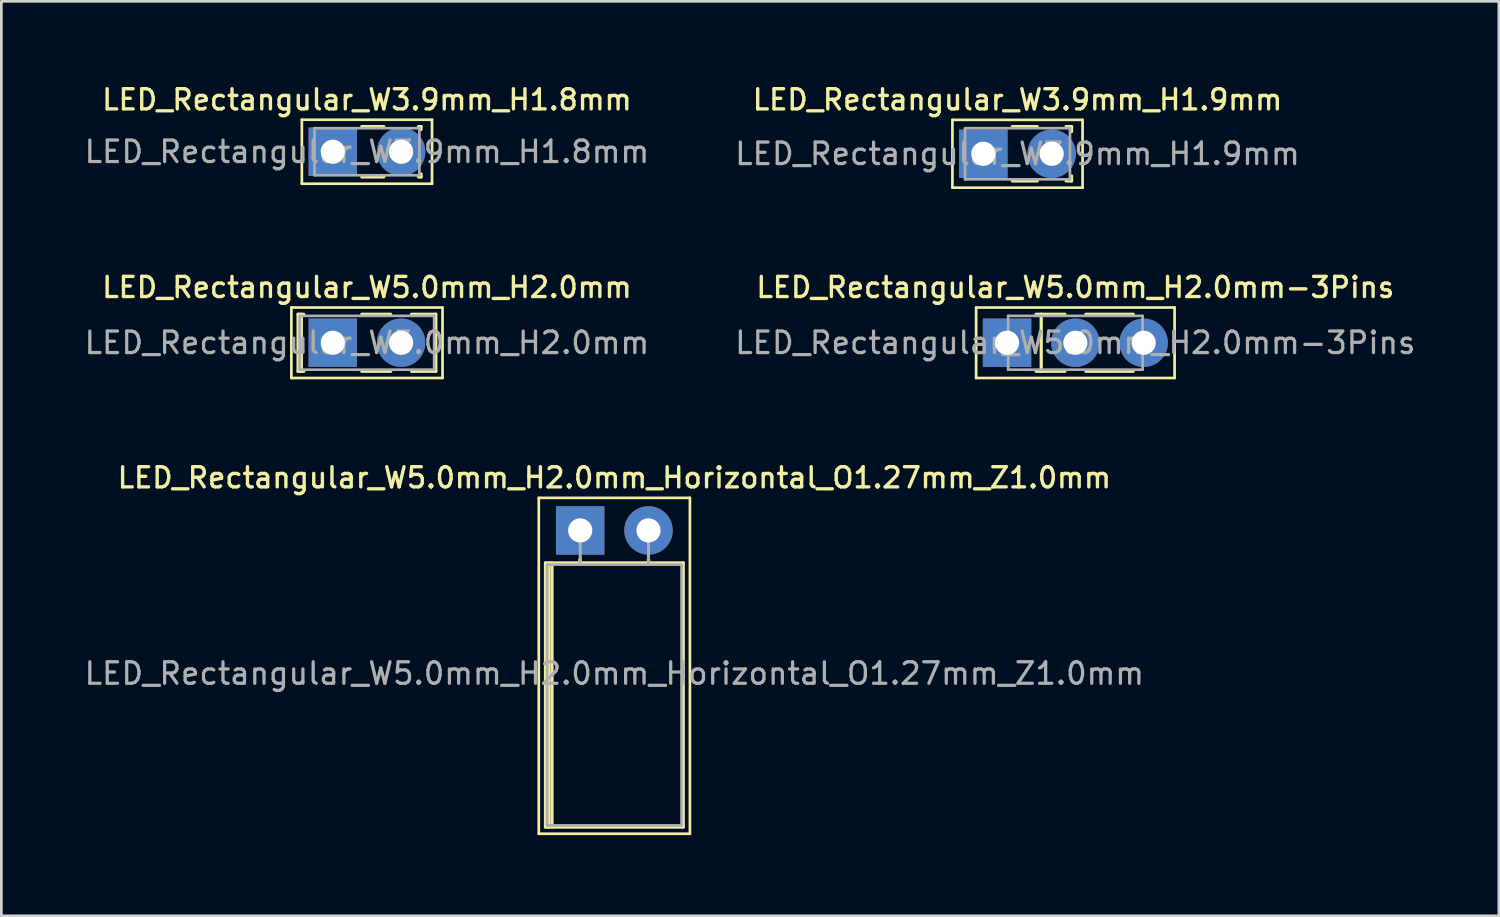
<source format=kicad_pcb>
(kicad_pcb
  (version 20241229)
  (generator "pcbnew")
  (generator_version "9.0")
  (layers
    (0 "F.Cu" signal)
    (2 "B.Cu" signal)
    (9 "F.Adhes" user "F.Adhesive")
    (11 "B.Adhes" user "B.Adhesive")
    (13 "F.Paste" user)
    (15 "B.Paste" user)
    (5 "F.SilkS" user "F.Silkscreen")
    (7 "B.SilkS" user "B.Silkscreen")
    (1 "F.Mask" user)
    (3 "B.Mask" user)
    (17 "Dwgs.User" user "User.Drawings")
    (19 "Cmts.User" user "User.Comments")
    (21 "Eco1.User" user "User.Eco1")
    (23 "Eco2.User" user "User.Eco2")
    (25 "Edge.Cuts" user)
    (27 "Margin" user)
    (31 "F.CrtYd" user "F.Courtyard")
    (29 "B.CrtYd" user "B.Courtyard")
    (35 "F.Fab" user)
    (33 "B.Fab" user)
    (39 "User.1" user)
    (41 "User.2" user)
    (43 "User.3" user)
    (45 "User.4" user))
  (footprint "LED_Rectangular_W3.9mm_H1.9mm"
    (layer "F.Cu")
    (at 33.516 2.668)
    (property "Reference" "LED_Rectangular_W3.9mm_H1.9mm" (at 1.27 -2.01 0) (layer "F.SilkS") (effects (font (size 0.75 0.75) (thickness 0.125))))
    (attr through_hole)
    (fp_line (start -1.15 -1.26) (end -1.15 1.26) (stroke (width 0.1) (type solid)) (layer "F.SilkS"))
    (fp_line (start -1.15 1.26) (end 3.69 1.26) (stroke (width 0.1) (type solid)) (layer "F.SilkS"))
    (fp_line (start 1.08 -1.01) (end 2.003 -1.01) (stroke (width 0.12) (type solid)) (layer "F.SilkS"))
    (fp_line (start 1.08 1.01) (end 2.003 1.01) (stroke (width 0.12) (type solid)) (layer "F.SilkS"))
    (fp_line (start 3.078 -1.01) (end 3.28 -1.01) (stroke (width 0.12) (type solid)) (layer "F.SilkS"))
    (fp_line (start 3.078 1.01) (end 3.28 1.01) (stroke (width 0.12) (type solid)) (layer "F.SilkS"))
    (fp_line (start 3.28 -1.01) (end 3.28 -0.825) (stroke (width 0.12) (type solid)) (layer "F.SilkS"))
    (fp_line (start 3.28 0.825) (end 3.28 1.01) (stroke (width 0.12) (type solid)) (layer "F.SilkS"))
    (fp_line (start 3.69 -1.26) (end -1.15 -1.26) (stroke (width 0.1) (type solid)) (layer "F.SilkS"))
    (fp_line (start 3.69 1.26) (end 3.69 -1.26) (stroke (width 0.1) (type solid)) (layer "F.SilkS"))
    (fp_line (start -0.68 -0.95) (end -0.68 0.95) (stroke (width 0.1) (type solid)) (layer "F.Fab"))
    (fp_line (start -0.68 0.95) (end 3.22 0.95) (stroke (width 0.1) (type solid)) (layer "F.Fab"))
    (fp_line (start 3.22 -0.95) (end -0.68 -0.95) (stroke (width 0.1) (type solid)) (layer "F.Fab"))
    (fp_line (start 3.22 0.95) (end 3.22 -0.95) (stroke (width 0.1) (type solid)) (layer "F.Fab"))
    (fp_text user "${REFERENCE}" (at 1.27 0 0) (layer "F.Fab") (effects (font (size 0.8 0.8) (thickness 0.12))))
    (pad "1" thru_hole rect (at 0 0) (size 1.8 1.8) (drill 0.9) (layers "*.Cu" "*.Mask"))
    (pad "2" thru_hole circle (at 2.54 0) (size 1.8 1.8) (drill 0.9) (layers "*.Cu" "*.Mask")))
  (footprint "LED_Rectangular_W3.9mm_H1.8mm"
    (layer "F.Cu")
    (at 9.325 2.593)
    (property "Reference" "LED_Rectangular_W3.9mm_H1.8mm" (at 1.27 -1.935 0) (layer "F.SilkS") (effects (font (size 0.75 0.75) (thickness 0.125))))
    (attr through_hole)
    (fp_line (start -1.15 -1.19) (end -1.15 1.19) (stroke (width 0.1) (type solid)) (layer "F.SilkS"))
    (fp_line (start -1.15 1.19) (end 3.69 1.19) (stroke (width 0.1) (type solid)) (layer "F.SilkS"))
    (fp_line (start 1.08 -0.935) (end 1.896 -0.935) (stroke (width 0.12) (type solid)) (layer "F.SilkS"))
    (fp_line (start 1.08 0.935) (end 1.896 0.935) (stroke (width 0.12) (type solid)) (layer "F.SilkS"))
    (fp_line (start 3.185 -0.935) (end 3.28 -0.935) (stroke (width 0.12) (type solid)) (layer "F.SilkS"))
    (fp_line (start 3.185 0.935) (end 3.28 0.935) (stroke (width 0.12) (type solid)) (layer "F.SilkS"))
    (fp_line (start 3.28 -0.935) (end 3.28 -0.825) (stroke (width 0.12) (type solid)) (layer "F.SilkS"))
    (fp_line (start 3.28 0.825) (end 3.28 0.935) (stroke (width 0.12) (type solid)) (layer "F.SilkS"))
    (fp_line (start 3.69 -1.19) (end -1.15 -1.19) (stroke (width 0.1) (type solid)) (layer "F.SilkS"))
    (fp_line (start 3.69 1.19) (end 3.69 -1.19) (stroke (width 0.1) (type solid)) (layer "F.SilkS"))
    (fp_line (start -0.68 -0.875) (end -0.68 0.875) (stroke (width 0.1) (type solid)) (layer "F.Fab"))
    (fp_line (start -0.68 0.875) (end 3.22 0.875) (stroke (width 0.1) (type solid)) (layer "F.Fab"))
    (fp_line (start 3.22 -0.875) (end -0.68 -0.875) (stroke (width 0.1) (type solid)) (layer "F.Fab"))
    (fp_line (start 3.22 0.875) (end 3.22 -0.875) (stroke (width 0.1) (type solid)) (layer "F.Fab"))
    (fp_text user "${REFERENCE}" (at 1.27 0 0) (layer "F.Fab") (effects (font (size 0.8 0.8) (thickness 0.12))))
    (pad "1" thru_hole rect (at 0 0) (size 1.8 1.8) (drill 0.9) (layers "*.Cu" "*.Mask"))
    (pad "2" thru_hole circle (at 2.54 0) (size 1.8 1.8) (drill 0.9) (layers "*.Cu" "*.Mask")))
  (footprint "LED_Rectangular_W5.0mm_H2.0mm"
    (layer "F.Cu")
    (at 9.325 9.696)
    (property "Reference" "LED_Rectangular_W5.0mm_H2.0mm" (at 1.27 -2.06 0) (layer "F.SilkS") (effects (font (size 0.75 0.75) (thickness 0.125))))
    (attr through_hole)
    (fp_line (start -1.54 -1.31) (end -1.54 1.31) (stroke (width 0.1) (type solid)) (layer "F.SilkS"))
    (fp_line (start -1.54 1.31) (end 4.08 1.31) (stroke (width 0.1) (type solid)) (layer "F.SilkS"))
    (fp_line (start -1.29 -1.06) (end -1.29 1.06) (stroke (width 0.12) (type solid)) (layer "F.SilkS"))
    (fp_line (start -1.29 -1.06) (end -1.08 -1.06) (stroke (width 0.12) (type solid)) (layer "F.SilkS"))
    (fp_line (start -1.29 1.06) (end -1.08 1.06) (stroke (width 0.12) (type solid)) (layer "F.SilkS"))
    (fp_line (start -1.17 -1.06) (end -1.17 1.06) (stroke (width 0.12) (type solid)) (layer "F.SilkS"))
    (fp_line (start 1.08 -1.06) (end 2.15 -1.06) (stroke (width 0.12) (type solid)) (layer "F.SilkS"))
    (fp_line (start 1.08 1.06) (end 2.15 1.06) (stroke (width 0.12) (type solid)) (layer "F.SilkS"))
    (fp_line (start 2.931 -1.06) (end 3.83 -1.06) (stroke (width 0.12) (type solid)) (layer "F.SilkS"))
    (fp_line (start 2.931 1.06) (end 3.83 1.06) (stroke (width 0.12) (type solid)) (layer "F.SilkS"))
    (fp_line (start 3.83 -1.06) (end 3.83 1.06) (stroke (width 0.12) (type solid)) (layer "F.SilkS"))
    (fp_line (start 4.08 -1.31) (end -1.54 -1.31) (stroke (width 0.1) (type solid)) (layer "F.SilkS"))
    (fp_line (start 4.08 1.31) (end 4.08 -1.31) (stroke (width 0.1) (type solid)) (layer "F.SilkS"))
    (fp_line (start -1.23 -1) (end -1.23 1) (stroke (width 0.1) (type solid)) (layer "F.Fab"))
    (fp_line (start -1.23 1) (end 3.77 1) (stroke (width 0.1) (type solid)) (layer "F.Fab"))
    (fp_line (start 3.77 -1) (end -1.23 -1) (stroke (width 0.1) (type solid)) (layer "F.Fab"))
    (fp_line (start 3.77 1) (end 3.77 -1) (stroke (width 0.1) (type solid)) (layer "F.Fab"))
    (fp_text user "${REFERENCE}" (at 1.27 0 0) (layer "F.Fab") (effects (font (size 0.8 0.8) (thickness 0.12))))
    (pad "1" thru_hole rect (at 0 0) (size 1.8 1.8) (drill 0.9) (layers "*.Cu" "*.Mask"))
    (pad "2" thru_hole circle (at 2.54 0) (size 1.8 1.8) (drill 0.9) (layers "*.Cu" "*.Mask")))
  (footprint "LED_Rectangular_W5.0mm_H2.0mm-3Pins"
    (layer "F.Cu")
    (at 34.398 9.696)
    (property "Reference" "LED_Rectangular_W5.0mm_H2.0mm-3Pins" (at 2.54 -2.06 0) (layer "F.SilkS") (effects (font (size 0.75 0.75) (thickness 0.125))))
    (attr through_hole)
    (fp_line (start -1.15 -1.31) (end -1.15 1.31) (stroke (width 0.1) (type solid)) (layer "F.SilkS"))
    (fp_line (start -1.15 1.31) (end 6.23 1.31) (stroke (width 0.1) (type solid)) (layer "F.SilkS"))
    (fp_line (start 1.08 -1.06) (end 2.149 -1.06) (stroke (width 0.12) (type solid)) (layer "F.SilkS"))
    (fp_line (start 1.08 1.06) (end 2.149 1.06) (stroke (width 0.12) (type solid)) (layer "F.SilkS"))
    (fp_line (start 1.27 -1.06) (end 1.27 1.06) (stroke (width 0.12) (type solid)) (layer "F.SilkS"))
    (fp_line (start 2.931 -1.06) (end 4.69 -1.06) (stroke (width 0.12) (type solid)) (layer "F.SilkS"))
    (fp_line (start 2.931 1.06) (end 4.69 1.06) (stroke (width 0.12) (type solid)) (layer "F.SilkS"))
    (fp_line (start 6.23 -1.31) (end -1.15 -1.31) (stroke (width 0.1) (type solid)) (layer "F.SilkS"))
    (fp_line (start 6.23 1.31) (end 6.23 -1.31) (stroke (width 0.1) (type solid)) (layer "F.SilkS"))
    (fp_line (start 0.04 -1) (end 0.04 1) (stroke (width 0.1) (type solid)) (layer "F.Fab"))
    (fp_line (start 0.04 1) (end 5.04 1) (stroke (width 0.1) (type solid)) (layer "F.Fab"))
    (fp_line (start 5.04 -1) (end 0.04 -1) (stroke (width 0.1) (type solid)) (layer "F.Fab"))
    (fp_line (start 5.04 1) (end 5.04 -1) (stroke (width 0.1) (type solid)) (layer "F.Fab"))
    (fp_text user "${REFERENCE}" (at 2.54 0 0) (layer "F.Fab") (effects (font (size 0.8 0.8) (thickness 0.12))))
    (pad "1" thru_hole rect (at 0 0) (size 1.8 1.8) (drill 0.9) (layers "*.Cu" "*.Mask"))
    (pad "2" thru_hole circle (at 2.54 0) (size 1.8 1.8) (drill 0.9) (layers "*.Cu" "*.Mask"))
    (pad "3" thru_hole circle (at 5.08 0) (size 1.8 1.8) (drill 0.9) (layers "*.Cu" "*.Mask")))
  (footprint "LED_Rectangular_W5.0mm_H2.0mm_Horizontal_O1.27mm_Z1.0mm"
    (layer "F.Cu")
    (at 18.525 16.674)
    (property "Reference" "LED_Rectangular_W5.0mm_H2.0mm_Horizontal_O1.27mm_Z1.0mm" (at 1.27 -1.96 0) (layer "F.SilkS") (effects (font (size 0.75 0.75) (thickness 0.125))))
    (attr through_hole)
    (fp_line (start -1.54 -1.21) (end -1.54 11.28) (stroke (width 0.1) (type solid)) (layer "F.SilkS"))
    (fp_line (start -1.54 11.28) (end 4.08 11.28) (stroke (width 0.1) (type solid)) (layer "F.SilkS"))
    (fp_line (start -1.29 1.21) (end -1.29 11.03) (stroke (width 0.12) (type solid)) (layer "F.SilkS"))
    (fp_line (start -1.29 11.03) (end 3.83 11.03) (stroke (width 0.12) (type solid)) (layer "F.SilkS"))
    (fp_line (start -1.17 1.21) (end -1.17 11.03) (stroke (width 0.12) (type solid)) (layer "F.SilkS"))
    (fp_line (start -1.05 1.21) (end -1.05 11.03) (stroke (width 0.12) (type solid)) (layer "F.SilkS"))
    (fp_line (start 0 1.08) (end 0 1.08) (stroke (width 0.12) (type solid)) (layer "F.SilkS"))
    (fp_line (start 0 1.08) (end 0 1.21) (stroke (width 0.12) (type solid)) (layer "F.SilkS"))
    (fp_line (start 0 1.21) (end 0 1.08) (stroke (width 0.12) (type solid)) (layer "F.SilkS"))
    (fp_line (start 0 1.21) (end 0 1.21) (stroke (width 0.12) (type solid)) (layer "F.SilkS"))
    (fp_line (start 2.54 1.08) (end 2.54 1.08) (stroke (width 0.12) (type solid)) (layer "F.SilkS"))
    (fp_line (start 2.54 1.08) (end 2.54 1.21) (stroke (width 0.12) (type solid)) (layer "F.SilkS"))
    (fp_line (start 2.54 1.21) (end 2.54 1.08) (stroke (width 0.12) (type solid)) (layer "F.SilkS"))
    (fp_line (start 2.54 1.21) (end 2.54 1.21) (stroke (width 0.12) (type solid)) (layer "F.SilkS"))
    (fp_line (start 3.83 1.21) (end -1.29 1.21) (stroke (width 0.12) (type solid)) (layer "F.SilkS"))
    (fp_line (start 3.83 11.03) (end 3.83 1.21) (stroke (width 0.12) (type solid)) (layer "F.SilkS"))
    (fp_line (start 4.08 -1.21) (end -1.54 -1.21) (stroke (width 0.1) (type solid)) (layer "F.SilkS"))
    (fp_line (start 4.08 11.28) (end 4.08 -1.21) (stroke (width 0.1) (type solid)) (layer "F.SilkS"))
    (fp_line (start -1.23 1.27) (end -1.23 10.97) (stroke (width 0.1) (type solid)) (layer "F.Fab"))
    (fp_line (start -1.23 10.97) (end 3.77 10.97) (stroke (width 0.1) (type solid)) (layer "F.Fab"))
    (fp_line (start 0 0) (end 0 0) (stroke (width 0.1) (type solid)) (layer "F.Fab"))
    (fp_line (start 0 0) (end 0 1.27) (stroke (width 0.1) (type solid)) (layer "F.Fab"))
    (fp_line (start 0 1.27) (end 0 0) (stroke (width 0.1) (type solid)) (layer "F.Fab"))
    (fp_line (start 0 1.27) (end 0 1.27) (stroke (width 0.1) (type solid)) (layer "F.Fab"))
    (fp_line (start 2.54 0) (end 2.54 0) (stroke (width 0.1) (type solid)) (layer "F.Fab"))
    (fp_line (start 2.54 0) (end 2.54 1.27) (stroke (width 0.1) (type solid)) (layer "F.Fab"))
    (fp_line (start 2.54 1.27) (end 2.54 0) (stroke (width 0.1) (type solid)) (layer "F.Fab"))
    (fp_line (start 2.54 1.27) (end 2.54 1.27) (stroke (width 0.1) (type solid)) (layer "F.Fab"))
    (fp_line (start 3.77 1.27) (end -1.23 1.27) (stroke (width 0.1) (type solid)) (layer "F.Fab"))
    (fp_line (start 3.77 10.97) (end 3.77 1.27) (stroke (width 0.1) (type solid)) (layer "F.Fab"))
    (fp_text user "${REFERENCE}" (at 1.27 5.32 0) (layer "F.Fab") (effects (font (size 0.8 0.8) (thickness 0.12))))
    (pad "1" thru_hole rect (at 0 0) (size 1.8 1.8) (drill 0.9) (layers "*.Cu" "*.Mask"))
    (pad "2" thru_hole circle (at 2.54 0) (size 1.8 1.8) (drill 0.9) (layers "*.Cu" "*.Mask")))
  (gr_rect
    (start -3 -3)
    (end 52.686 31.004)
    (stroke (width 0.1) (type default))
    (fill no)
    (layer "Edge.Cuts")))
</source>
